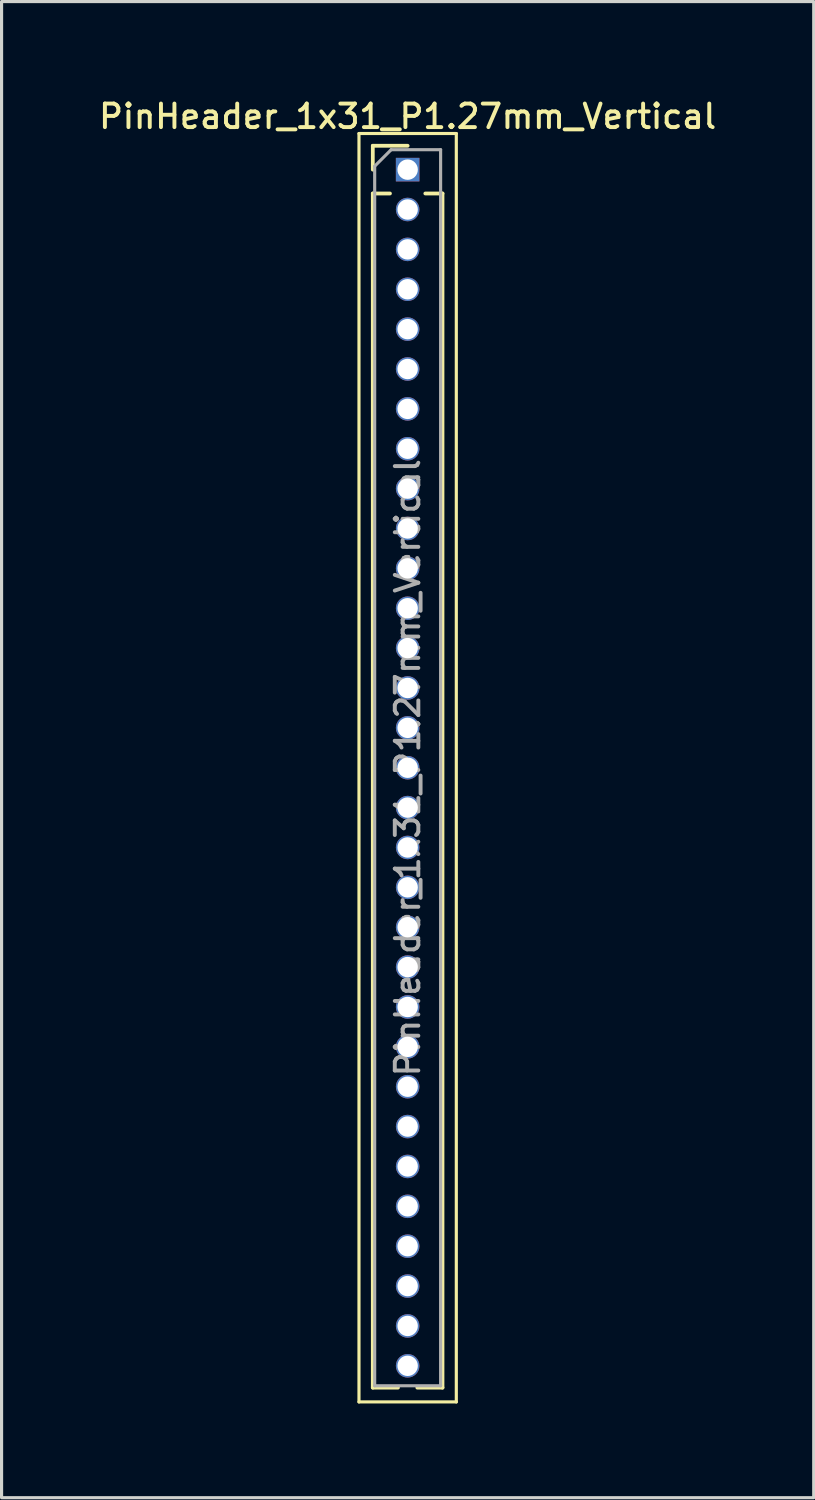
<source format=kicad_pcb>
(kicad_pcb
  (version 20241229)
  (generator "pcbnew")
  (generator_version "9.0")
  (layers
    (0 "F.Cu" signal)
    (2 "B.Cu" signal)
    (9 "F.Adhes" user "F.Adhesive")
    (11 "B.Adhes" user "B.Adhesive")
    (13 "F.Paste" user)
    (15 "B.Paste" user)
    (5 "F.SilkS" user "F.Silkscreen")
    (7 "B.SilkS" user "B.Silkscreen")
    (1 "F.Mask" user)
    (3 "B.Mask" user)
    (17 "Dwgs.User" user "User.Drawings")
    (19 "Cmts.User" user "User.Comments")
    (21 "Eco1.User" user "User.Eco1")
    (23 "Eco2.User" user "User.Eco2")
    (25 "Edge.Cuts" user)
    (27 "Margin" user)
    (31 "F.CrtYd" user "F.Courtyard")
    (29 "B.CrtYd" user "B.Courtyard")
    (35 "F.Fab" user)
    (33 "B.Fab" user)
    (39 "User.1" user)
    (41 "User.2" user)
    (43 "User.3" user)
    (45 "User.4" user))
  (footprint "PinHeader_1x31_P1.27mm_Vertical"
    (layer "F.Cu")
    (at 9.934 2.353)
    (property "Reference" "PinHeader_1x31_P1.27mm_Vertical" (at 0 -1.695 0) (layer "F.SilkS") (effects (font (size 0.75 0.75) (thickness 0.125))))
    (attr through_hole)
    (fp_line (start -1.55 -1.15) (end -1.55 39.25) (stroke (width 0.1) (type solid)) (layer "F.SilkS"))
    (fp_line (start -1.55 39.25) (end 1.55 39.25) (stroke (width 0.1) (type solid)) (layer "F.SilkS"))
    (fp_line (start -1.11 -0.76) (end 0 -0.76) (stroke (width 0.12) (type solid)) (layer "F.SilkS"))
    (fp_line (start -1.11 0) (end -1.11 -0.76) (stroke (width 0.12) (type solid)) (layer "F.SilkS"))
    (fp_line (start -1.11 0.76) (end -1.11 38.795) (stroke (width 0.12) (type solid)) (layer "F.SilkS"))
    (fp_line (start -1.11 0.76) (end -0.563 0.76) (stroke (width 0.12) (type solid)) (layer "F.SilkS"))
    (fp_line (start -1.11 38.795) (end -0.308 38.795) (stroke (width 0.12) (type solid)) (layer "F.SilkS"))
    (fp_line (start 0.308 38.795) (end 1.11 38.795) (stroke (width 0.12) (type solid)) (layer "F.SilkS"))
    (fp_line (start 0.563 0.76) (end 1.11 0.76) (stroke (width 0.12) (type solid)) (layer "F.SilkS"))
    (fp_line (start 1.11 0.76) (end 1.11 38.795) (stroke (width 0.12) (type solid)) (layer "F.SilkS"))
    (fp_line (start 1.55 -1.15) (end -1.55 -1.15) (stroke (width 0.1) (type solid)) (layer "F.SilkS"))
    (fp_line (start 1.55 39.25) (end 1.55 -1.15) (stroke (width 0.1) (type solid)) (layer "F.SilkS"))
    (fp_line (start -1.05 -0.11) (end -0.525 -0.635) (stroke (width 0.1) (type solid)) (layer "F.Fab"))
    (fp_line (start -1.05 38.735) (end -1.05 -0.11) (stroke (width 0.1) (type solid)) (layer "F.Fab"))
    (fp_line (start -0.525 -0.635) (end 1.05 -0.635) (stroke (width 0.1) (type solid)) (layer "F.Fab"))
    (fp_line (start 1.05 -0.635) (end 1.05 38.735) (stroke (width 0.1) (type solid)) (layer "F.Fab"))
    (fp_line (start 1.05 38.735) (end -1.05 38.735) (stroke (width 0.1) (type solid)) (layer "F.Fab"))
    (fp_text user "${REFERENCE}" (at 0 19.05 90) (layer "F.Fab") (effects (font (size 0.75 0.75) (thickness 0.125))))
    (pad "1" thru_hole rect (at 0 0) (size 0.75 0.75) (drill 0.65) (layers "*.Cu" "*.Mask"))
    (pad "2" thru_hole oval (at 0 1.27) (size 0.75 0.75) (drill 0.65) (layers "*.Cu" "*.Mask"))
    (pad "3" thru_hole oval (at 0 2.54) (size 0.75 0.75) (drill 0.65) (layers "*.Cu" "*.Mask"))
    (pad "4" thru_hole oval (at 0 3.81) (size 0.75 0.75) (drill 0.65) (layers "*.Cu" "*.Mask"))
    (pad "5" thru_hole oval (at 0 5.08) (size 0.75 0.75) (drill 0.65) (layers "*.Cu" "*.Mask"))
    (pad "6" thru_hole oval (at 0 6.35) (size 0.75 0.75) (drill 0.65) (layers "*.Cu" "*.Mask"))
    (pad "7" thru_hole oval (at 0 7.62) (size 0.75 0.75) (drill 0.65) (layers "*.Cu" "*.Mask"))
    (pad "8" thru_hole oval (at 0 8.89) (size 0.75 0.75) (drill 0.65) (layers "*.Cu" "*.Mask"))
    (pad "9" thru_hole oval (at 0 10.16) (size 0.75 0.75) (drill 0.65) (layers "*.Cu" "*.Mask"))
    (pad "10" thru_hole oval (at 0 11.43) (size 0.75 0.75) (drill 0.65) (layers "*.Cu" "*.Mask"))
    (pad "11" thru_hole oval (at 0 12.7) (size 0.75 0.75) (drill 0.65) (layers "*.Cu" "*.Mask"))
    (pad "12" thru_hole oval (at 0 13.97) (size 0.75 0.75) (drill 0.65) (layers "*.Cu" "*.Mask"))
    (pad "13" thru_hole oval (at 0 15.24) (size 0.75 0.75) (drill 0.65) (layers "*.Cu" "*.Mask"))
    (pad "14" thru_hole oval (at 0 16.51) (size 0.75 0.75) (drill 0.65) (layers "*.Cu" "*.Mask"))
    (pad "15" thru_hole oval (at 0 17.78) (size 0.75 0.75) (drill 0.65) (layers "*.Cu" "*.Mask"))
    (pad "16" thru_hole oval (at 0 19.05) (size 0.75 0.75) (drill 0.65) (layers "*.Cu" "*.Mask"))
    (pad "17" thru_hole oval (at 0 20.32) (size 0.75 0.75) (drill 0.65) (layers "*.Cu" "*.Mask"))
    (pad "18" thru_hole oval (at 0 21.59) (size 0.75 0.75) (drill 0.65) (layers "*.Cu" "*.Mask"))
    (pad "19" thru_hole oval (at 0 22.86) (size 0.75 0.75) (drill 0.65) (layers "*.Cu" "*.Mask"))
    (pad "20" thru_hole oval (at 0 24.13) (size 0.75 0.75) (drill 0.65) (layers "*.Cu" "*.Mask"))
    (pad "21" thru_hole oval (at 0 25.4) (size 0.75 0.75) (drill 0.65) (layers "*.Cu" "*.Mask"))
    (pad "22" thru_hole oval (at 0 26.67) (size 0.75 0.75) (drill 0.65) (layers "*.Cu" "*.Mask"))
    (pad "23" thru_hole oval (at 0 27.94) (size 0.75 0.75) (drill 0.65) (layers "*.Cu" "*.Mask"))
    (pad "24" thru_hole oval (at 0 29.21) (size 0.75 0.75) (drill 0.65) (layers "*.Cu" "*.Mask"))
    (pad "25" thru_hole oval (at 0 30.48) (size 0.75 0.75) (drill 0.65) (layers "*.Cu" "*.Mask"))
    (pad "26" thru_hole oval (at 0 31.75) (size 0.75 0.75) (drill 0.65) (layers "*.Cu" "*.Mask"))
    (pad "27" thru_hole oval (at 0 33.02) (size 0.75 0.75) (drill 0.65) (layers "*.Cu" "*.Mask"))
    (pad "28" thru_hole oval (at 0 34.29) (size 0.75 0.75) (drill 0.65) (layers "*.Cu" "*.Mask"))
    (pad "29" thru_hole oval (at 0 35.56) (size 0.75 0.75) (drill 0.65) (layers "*.Cu" "*.Mask"))
    (pad "30" thru_hole oval (at 0 36.83) (size 0.75 0.75) (drill 0.65) (layers "*.Cu" "*.Mask"))
    (pad "31" thru_hole oval (at 0 38.1) (size 0.75 0.75) (drill 0.65) (layers "*.Cu" "*.Mask")))
  (gr_rect
    (start -3 -3)
    (end 22.868 44.653)
    (stroke (width 0.1) (type default))
    (fill no)
    (layer "Edge.Cuts")))
</source>
